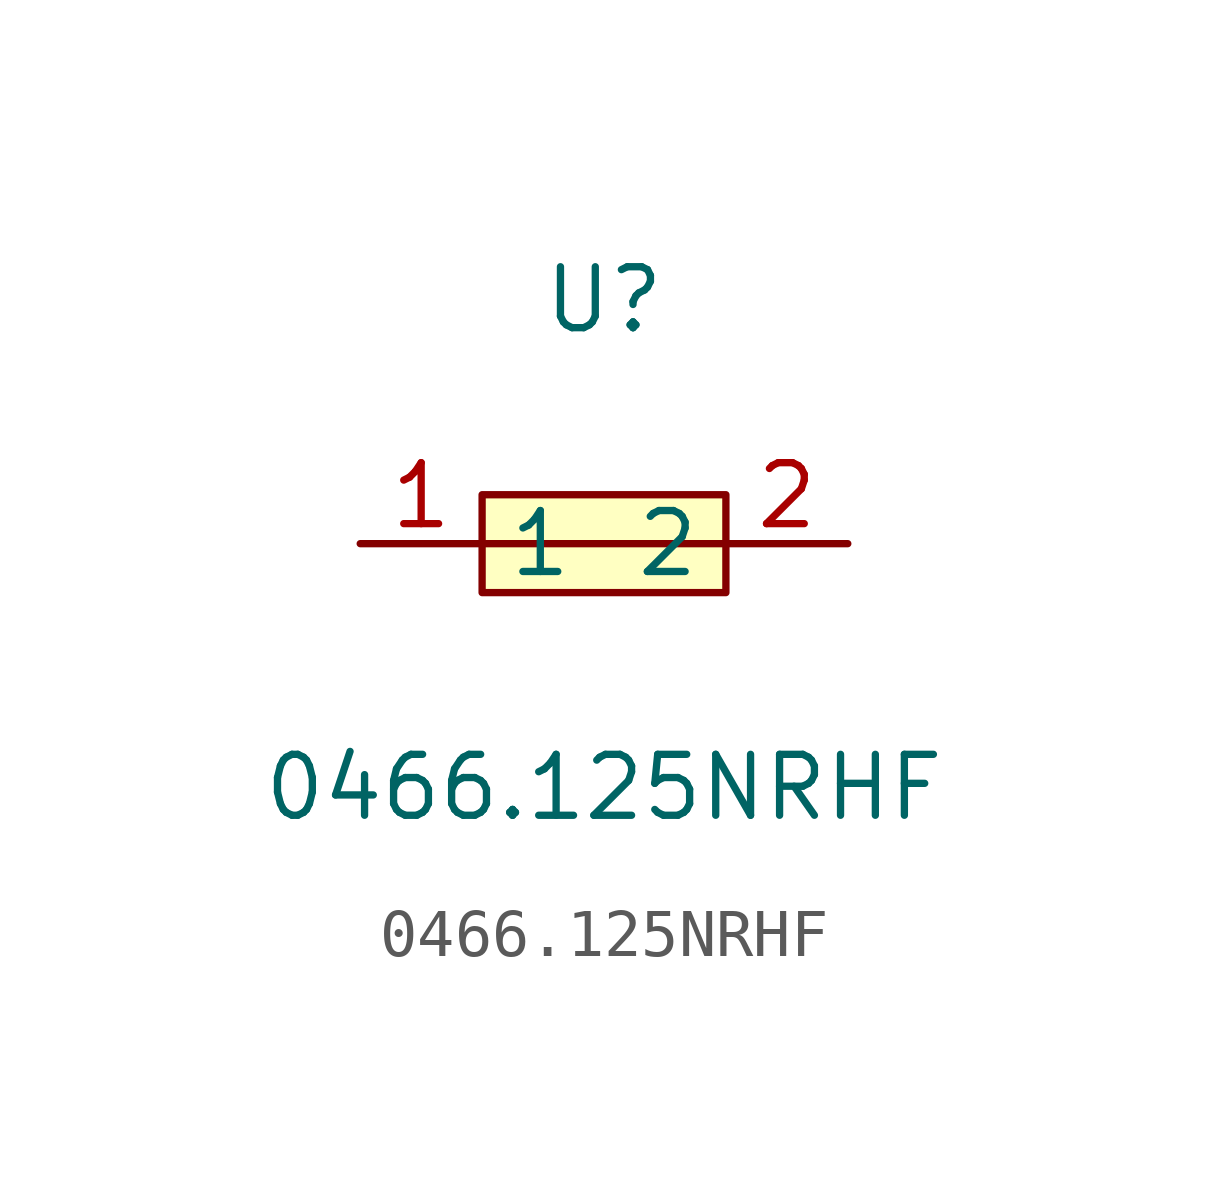
<source format=kicad_sym>
(kicad_symbol_lib
  (version 20211014)
  (generator https://github.com/uPesy/easyeda2kicad.py)
  (symbol "0466.125NRHF"
    (property "Reference" "U"
      (at 0 5.08 0)
      (effects (font (size 1.27 1.27))))
    (property "Value" "0466.125NRHF"
      (at 0 -5.08 0)
      (effects (font (size 1.27 1.27))))
    (symbol "0466.125NRHF_0_1"
      (rectangle (start -2.54 1.02) (end 2.54 -1.02) (stroke (width 0) (type default) (color 0 0 0 0)) (fill (type background)))
      (polyline (pts (xy -2.54 -0.00) (xy 2.54 -0.00)) (stroke (width 0) (type default) (color 0 0 0 0)) (fill (type none)))
      (pin unspecified line (at 5.08 -0.00 180) (length 2.54) (name "2" (effects (font (size 1.27 1.27)))) (number "2" (effects (font (size 1.27 1.27)))))
      (pin unspecified line (at -5.08 -0.00 0) (length 2.54) (name "1" (effects (font (size 1.27 1.27)))) (number "1" (effects (font (size 1.27 1.27))))))))
</source>
